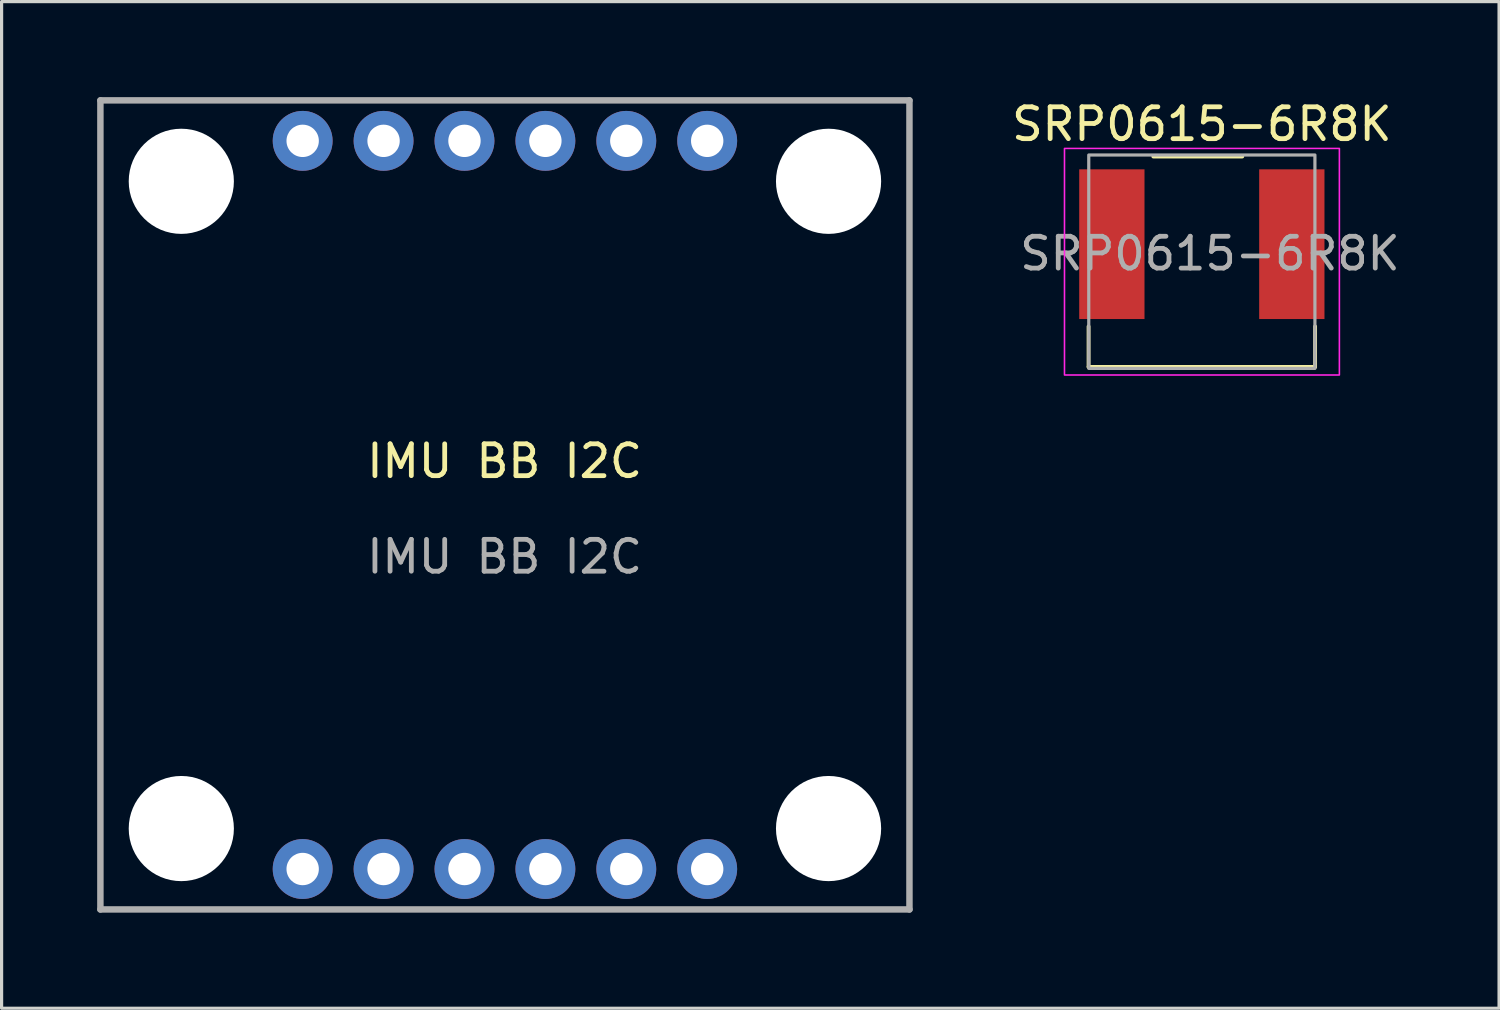
<source format=kicad_pcb>
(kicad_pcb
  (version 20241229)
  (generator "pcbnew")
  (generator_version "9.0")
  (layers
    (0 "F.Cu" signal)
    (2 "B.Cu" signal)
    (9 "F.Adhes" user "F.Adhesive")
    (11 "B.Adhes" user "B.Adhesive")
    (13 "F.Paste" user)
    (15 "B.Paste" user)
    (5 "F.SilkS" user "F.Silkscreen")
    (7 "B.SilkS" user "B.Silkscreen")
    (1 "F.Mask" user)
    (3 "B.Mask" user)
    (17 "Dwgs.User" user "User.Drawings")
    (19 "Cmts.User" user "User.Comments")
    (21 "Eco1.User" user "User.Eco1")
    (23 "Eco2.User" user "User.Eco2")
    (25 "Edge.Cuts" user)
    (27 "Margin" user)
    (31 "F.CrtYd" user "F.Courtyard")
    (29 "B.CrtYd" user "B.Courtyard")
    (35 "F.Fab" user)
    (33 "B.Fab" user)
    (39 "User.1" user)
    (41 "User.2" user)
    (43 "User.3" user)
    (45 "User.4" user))
  (footprint "SRP0615-6R8K"
    (layer "F.Cu")
    (at 34.681 5.166)
    (property "Reference" "SRP0615-6R8K" (at 0 -4.318 0) (unlocked yes) (layer "F.SilkS") (effects (font (size 1 1) (thickness 0.15))))
    (attr smd)
    (fp_line (start -3.556 2.032) (end -3.556 3.302) (stroke (width 0.12) (type solid)) (layer "F.SilkS"))
    (fp_line (start -3.556 3.302) (end 3.556 3.302) (stroke (width 0.12) (type solid)) (layer "F.SilkS"))
    (fp_line (start -1.524 -3.302) (end 1.27 -3.302) (stroke (width 0.12) (type solid)) (layer "F.SilkS"))
    (fp_line (start 3.556 3.302) (end 3.556 2.032) (stroke (width 0.12) (type solid)) (layer "F.SilkS"))
    (fp_rect (start -4.312 -3.556) (end 4.318 3.556) (stroke (width 0.05) (type solid)) (fill no) (layer "F.CrtYd"))
    (fp_rect (start -3.55 -3.35) (end 3.55 3.35) (stroke (width 0.1) (type solid)) (fill no) (layer "F.Fab"))
    (fp_text user "${REFERENCE}" (at 0.254 -0.254 0) (unlocked yes) (layer "F.Fab") (effects (font (size 1 1) (thickness 0.15))))
    (pad "1" smd rect (at -2.825 -0.55) (size 2.05 4.7) (layers "F.Cu" "F.Mask" "F.Paste"))
    (pad "2" smd rect (at 2.825 -0.55) (size 2.05 4.7) (layers "F.Cu" "F.Mask" "F.Paste")))
  (footprint "IMU BB I2C"
    (layer "F.Cu")
    (at 12.792 12.904)
    (property "Reference" "IMU BB I2C" (at 0 -1.476 0) (unlocked yes) (layer "F.SilkS") (effects (font (size 1 1) (thickness 0.15))))
    (attr through_hole)
    (fp_line (start -12.69 -12.802) (end 12.71 -12.802) (stroke (width 0.203) (type solid)) (layer "F.Fab"))
    (fp_line (start -12.69 12.598) (end -12.69 -12.802) (stroke (width 0.203) (type solid)) (layer "F.Fab"))
    (fp_line (start 12.71 -12.802) (end 12.71 12.598) (stroke (width 0.203) (type solid)) (layer "F.Fab"))
    (fp_line (start 12.71 12.598) (end -12.69 12.598) (stroke (width 0.203) (type solid)) (layer "F.Fab"))
    (fp_text user "${REFERENCE}" (at 0 1.524 0) (unlocked yes) (layer "F.Fab") (effects (font (size 1 1) (thickness 0.15))))
    (pad "" np_thru_hole circle (at -10.15 -10.262) (size 3.302 3.302) (drill 3.302) (layers "*.Cu" "*.Mask"))
    (pad "" np_thru_hole circle (at -10.15 10.058) (size 3.302 3.302) (drill 3.302) (layers "*.Cu" "*.Mask"))
    (pad "" np_thru_hole circle (at 10.17 -10.262) (size 3.302 3.302) (drill 3.302) (layers "*.Cu" "*.Mask"))
    (pad "" np_thru_hole circle (at 10.17 10.058) (size 3.302 3.302) (drill 3.302) (layers "*.Cu" "*.Mask"))
    (pad "1" thru_hole circle (at -6.34 11.328 90) (size 1.88 1.88) (drill 1.016) (layers "*.Cu" "*.Mask"))
    (pad "2" thru_hole circle (at -3.8 11.328 90) (size 1.88 1.88) (drill 1.016) (layers "*.Cu" "*.Mask"))
    (pad "3" thru_hole circle (at -1.26 11.328 90) (size 1.88 1.88) (drill 1.016) (layers "*.Cu" "*.Mask"))
    (pad "4" thru_hole circle (at 1.28 11.328 90) (size 1.88 1.88) (drill 1.016) (layers "*.Cu" "*.Mask"))
    (pad "5" thru_hole circle (at 3.82 11.328 90) (size 1.88 1.88) (drill 1.016) (layers "*.Cu" "*.Mask"))
    (pad "6" thru_hole circle (at 6.36 11.328 90) (size 1.88 1.88) (drill 1.016) (layers "*.Cu" "*.Mask"))
    (pad "7" thru_hole circle (at 6.36 -11.532 90) (size 1.88 1.88) (drill 1.016) (layers "*.Cu" "*.Mask"))
    (pad "8" thru_hole circle (at 3.82 -11.532 90) (size 1.88 1.88) (drill 1.016) (layers "*.Cu" "*.Mask"))
    (pad "9" thru_hole circle (at 1.28 -11.532 90) (size 1.88 1.88) (drill 1.016) (layers "*.Cu" "*.Mask"))
    (pad "10" thru_hole circle (at -1.26 -11.532 90) (size 1.88 1.88) (drill 1.016) (layers "*.Cu" "*.Mask"))
    (pad "11" thru_hole circle (at -3.8 -11.532 90) (size 1.88 1.88) (drill 1.016) (layers "*.Cu" "*.Mask"))
    (pad "12" thru_hole circle (at -6.34 -11.532 90) (size 1.88 1.88) (drill 1.016) (layers "*.Cu" "*.Mask")))
  (gr_rect
    (start -3 -3)
    (end 44.012 28.603)
    (stroke (width 0.1) (type default))
    (fill no)
    (layer "Edge.Cuts")))
</source>
